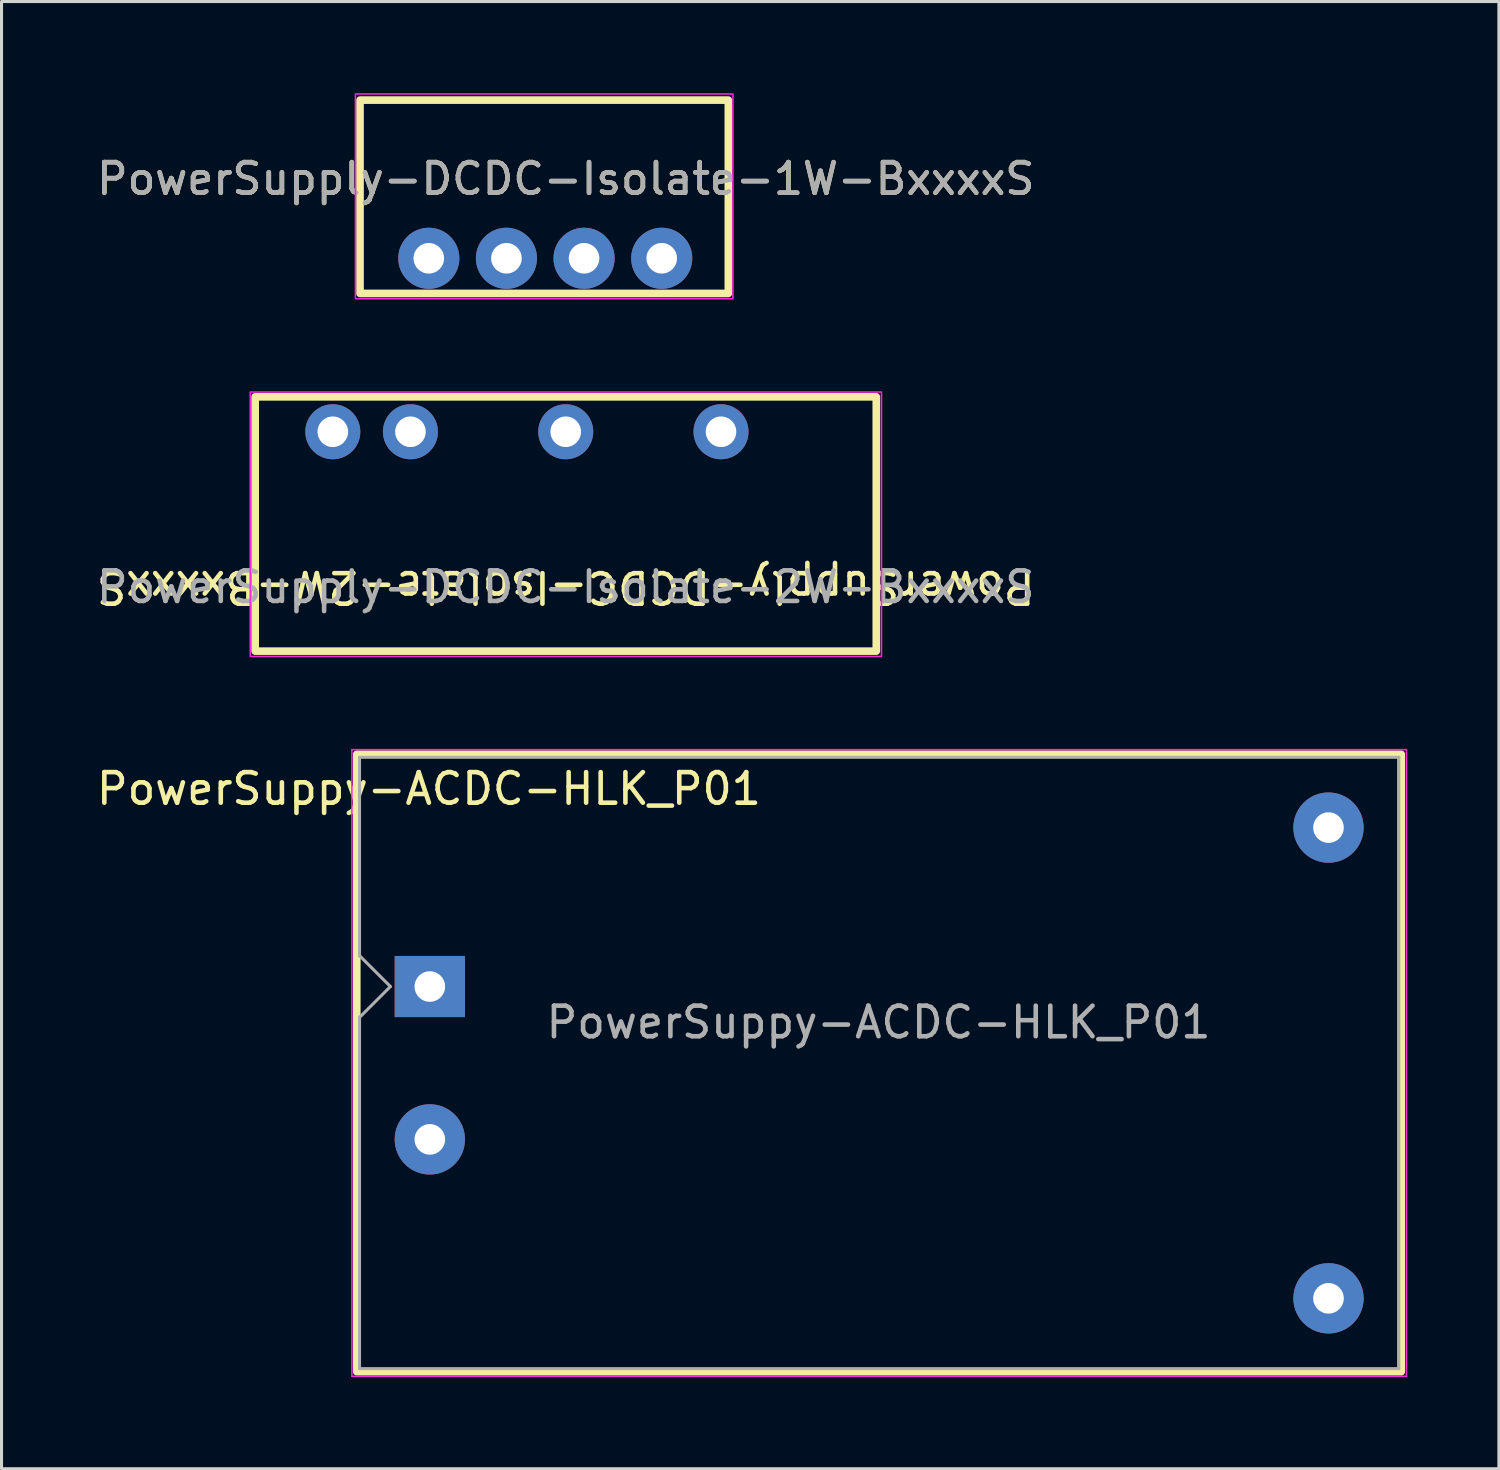
<source format=kicad_pcb>
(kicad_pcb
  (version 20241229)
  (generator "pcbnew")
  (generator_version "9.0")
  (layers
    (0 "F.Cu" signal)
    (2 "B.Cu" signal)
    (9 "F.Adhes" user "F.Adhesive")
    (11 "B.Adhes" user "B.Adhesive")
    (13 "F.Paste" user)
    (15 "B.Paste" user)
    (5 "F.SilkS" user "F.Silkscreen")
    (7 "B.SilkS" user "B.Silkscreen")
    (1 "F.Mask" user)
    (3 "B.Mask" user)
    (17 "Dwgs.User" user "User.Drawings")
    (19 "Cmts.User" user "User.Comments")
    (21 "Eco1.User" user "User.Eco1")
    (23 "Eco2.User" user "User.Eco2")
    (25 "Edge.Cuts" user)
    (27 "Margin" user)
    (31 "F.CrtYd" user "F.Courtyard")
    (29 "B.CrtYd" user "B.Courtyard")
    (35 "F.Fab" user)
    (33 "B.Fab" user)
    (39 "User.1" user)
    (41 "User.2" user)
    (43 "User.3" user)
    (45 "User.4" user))
  (footprint "PowerSupply-DCDC-Isolate-1W-BxxxxS"
    (layer "F.Cu")
    (at 10.978 5.4)
    (property "Reference" "PowerSupply-DCDC-Isolate-1W-BxxxxS" (at 4.48 -2.6 0) (unlocked yes) (layer "F.SilkS") (effects (font (size 1 1) (thickness 0.15))))
    (attr through_hole)
    (fp_rect (start -2.25 -5.175) (end 9.8 1.15) (stroke (width 0.25) (type solid)) (fill no) (layer "F.SilkS"))
    (fp_rect (start -2.4 -5.375) (end 9.95 1.325) (stroke (width 0.05) (type solid)) (fill no) (layer "F.CrtYd"))
    (fp_text user "${REFERENCE}" (at 4.48 -2.6 0) (unlocked yes) (layer "F.Fab") (effects (font (size 1 1) (thickness 0.15))))
    (pad "1" thru_hole circle (at 0 0) (size 2 2) (drill 1) (layers "*.Cu" "*.Mask"))
    (pad "2" thru_hole circle (at 2.54 0) (size 2 2) (drill 1) (layers "*.Cu" "*.Mask"))
    (pad "3" thru_hole circle (at 5.08 0) (size 2 2) (drill 1) (layers "*.Cu" "*.Mask"))
    (pad "4" thru_hole circle (at 7.62 0) (size 2 2) (drill 1) (layers "*.Cu" "*.Mask")))
  (footprint "PowerSupply-DCDC-Isolate-2W-BxxxxS"
    (layer "F.Cu")
    (at 7.838 11.075)
    (property "Reference" "PowerSupply-DCDC-Isolate-2W-BxxxxS" (at 7.62 5.08 180) (unlocked yes) (layer "F.SilkS") (effects (font (size 1 1) (thickness 0.15))))
    (attr through_hole)
    (fp_rect (start 17.78 7.177) (end -2.54 -1.143) (stroke (width 0.25) (type solid)) (fill no) (layer "F.SilkS"))
    (fp_rect (start -2.7 -1.3) (end 17.95 7.35) (stroke (width 0.05) (type solid)) (fill no) (layer "F.CrtYd"))
    (fp_text user "${REFERENCE}" (at 7.62 5.08 0) (unlocked yes) (layer "F.Fab") (effects (font (size 1 1) (thickness 0.15))))
    (pad "1" thru_hole circle (at 0 0) (size 1.8 1.8) (drill 1) (layers "*.Cu" "*.Mask"))
    (pad "2" thru_hole circle (at 2.54 0) (size 1.8 1.8) (drill 1) (layers "*.Cu" "*.Mask"))
    (pad "3" thru_hole circle (at 12.7 0) (size 1.8 1.8) (drill 1) (layers "*.Cu" "*.Mask"))
    (pad "4" thru_hole circle (at 7.62 0) (size 1.8 1.8) (drill 1) (layers "*.Cu" "*.Mask")))
  (footprint "PowerSuppy-ACDC-HLK_P01"
    (layer "F.Cu")
    (at 11.012 29.225)
    (property "Reference" "PowerSuppy-ACDC-HLK_P01" (at -0.03 -6.47 0) (layer "F.SilkS") (effects (font (size 1 1) (thickness 0.15))))
    (attr through_hole)
    (fp_rect (start -2.39 -7.6) (end 31.78 12.6) (stroke (width 0.25) (type solid)) (fill no) (layer "F.SilkS"))
    (fp_line (start -2.55 -7.75) (end -2.55 12.75) (stroke (width 0.05) (type solid)) (layer "F.CrtYd"))
    (fp_line (start -2.55 12.75) (end 31.95 12.75) (stroke (width 0.05) (type solid)) (layer "F.CrtYd"))
    (fp_line (start 31.95 -7.75) (end -2.55 -7.75) (stroke (width 0.05) (type solid)) (layer "F.CrtYd"))
    (fp_line (start 31.95 12.75) (end 31.95 -7.75) (stroke (width 0.05) (type solid)) (layer "F.CrtYd"))
    (fp_line (start -2.3 -7.5) (end 31.7 -7.5) (stroke (width 0.1) (type solid)) (layer "F.Fab"))
    (fp_line (start -2.3 -1) (end -2.3 -7.5) (stroke (width 0.1) (type solid)) (layer "F.Fab"))
    (fp_line (start -2.3 12.5) (end -2.3 0.99) (stroke (width 0.1) (type solid)) (layer "F.Fab"))
    (fp_line (start -2.3 12.5) (end 31.7 12.5) (stroke (width 0.1) (type solid)) (layer "F.Fab"))
    (fp_line (start -2.29 -1) (end -1.29 0) (stroke (width 0.1) (type solid)) (layer "F.Fab"))
    (fp_line (start -1.29 0) (end -2.29 1) (stroke (width 0.1) (type solid)) (layer "F.Fab"))
    (fp_line (start 31.7 12.5) (end 31.7 -7.5) (stroke (width 0.1) (type solid)) (layer "F.Fab"))
    (fp_text user "${REFERENCE}" (at 14.68 1.17 0) (layer "F.Fab") (effects (font (size 1 1) (thickness 0.15))))
    (pad "1" thru_hole rect (at 0 0) (size 2.3 2) (drill 1) (layers "*.Cu" "*.Mask"))
    (pad "2" thru_hole circle (at 0 5) (size 2.3 2.3) (drill 1) (layers "*.Cu" "*.Mask"))
    (pad "3" thru_hole circle (at 29.4 -5.2) (size 2.3 2.3) (drill 1) (layers "*.Cu" "*.Mask"))
    (pad "4" thru_hole circle (at 29.4 10.2) (size 2.3 2.3) (drill 1) (layers "*.Cu" "*.Mask")))
  (gr_rect
    (start -3 -3)
    (end 45.987 45)
    (stroke (width 0.1) (type default))
    (fill no)
    (layer "Edge.Cuts")))
</source>
